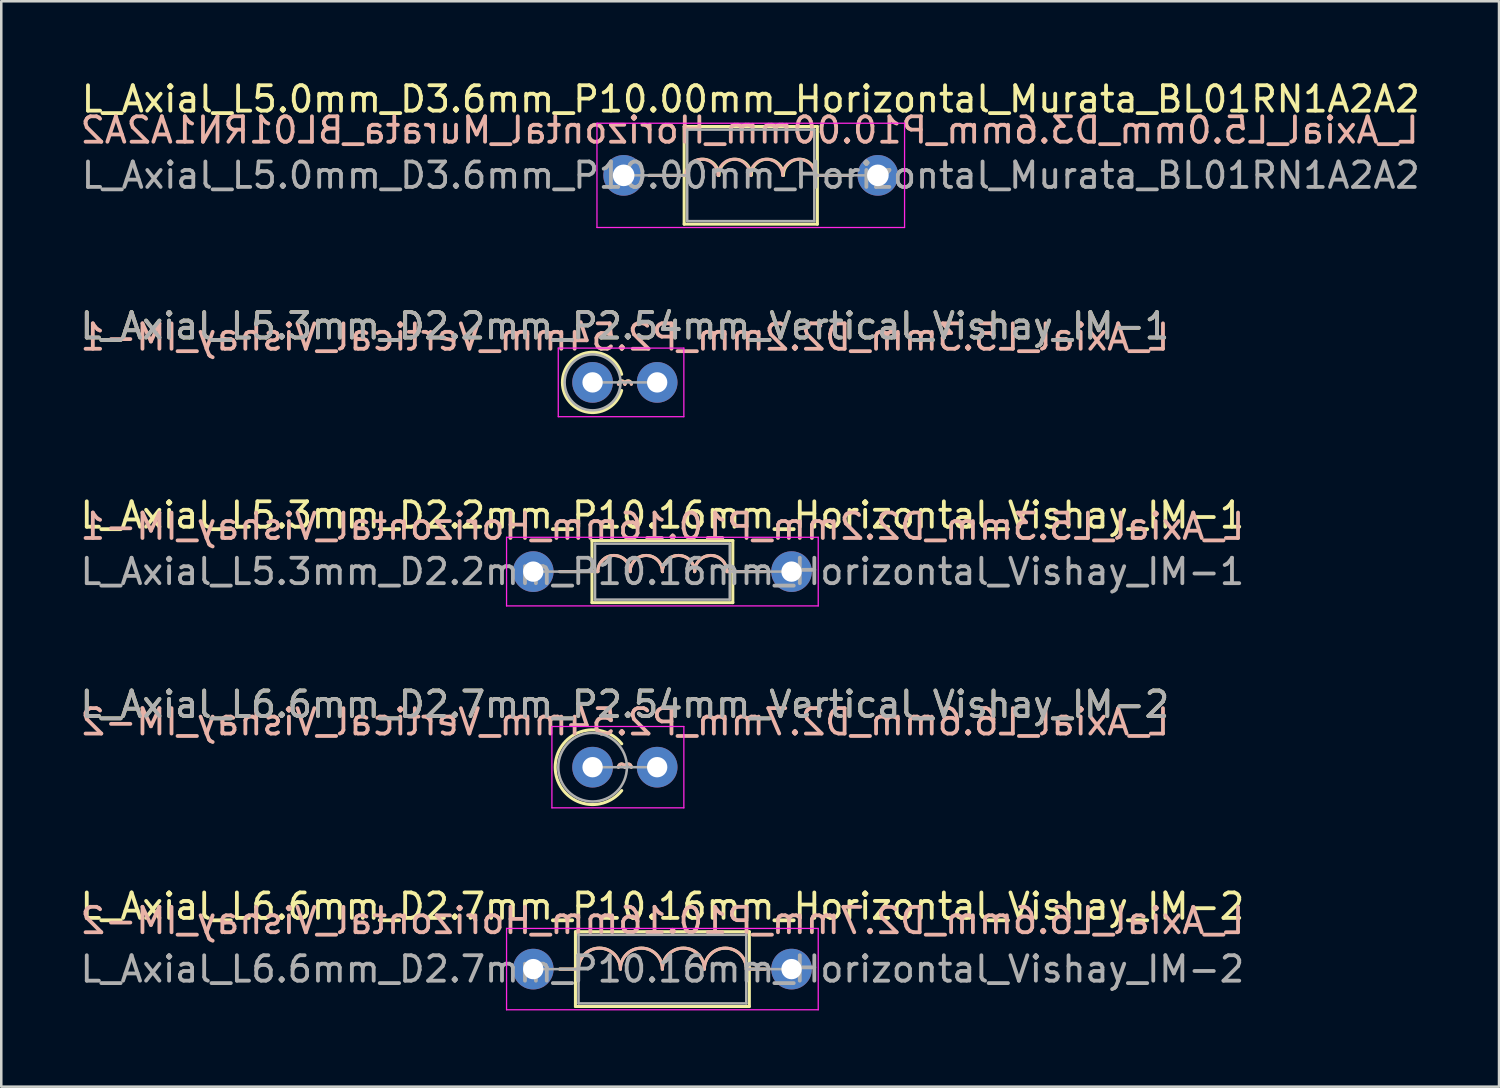
<source format=kicad_pcb>
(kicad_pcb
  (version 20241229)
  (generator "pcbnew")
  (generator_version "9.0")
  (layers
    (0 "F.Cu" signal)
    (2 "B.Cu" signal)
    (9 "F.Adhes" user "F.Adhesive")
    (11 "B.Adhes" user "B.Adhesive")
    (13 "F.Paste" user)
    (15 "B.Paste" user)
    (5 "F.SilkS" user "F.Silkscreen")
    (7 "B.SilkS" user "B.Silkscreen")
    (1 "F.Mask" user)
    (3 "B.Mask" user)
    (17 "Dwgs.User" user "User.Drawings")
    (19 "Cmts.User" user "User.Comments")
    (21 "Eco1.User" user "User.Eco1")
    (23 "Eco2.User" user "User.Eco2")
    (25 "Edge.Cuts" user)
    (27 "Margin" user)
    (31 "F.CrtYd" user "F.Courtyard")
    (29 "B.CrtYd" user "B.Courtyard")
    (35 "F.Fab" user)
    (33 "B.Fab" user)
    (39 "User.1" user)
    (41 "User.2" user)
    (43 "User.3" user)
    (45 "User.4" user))
  (footprint "L_Axial_L5.0mm_D3.6mm_P10.00mm_Horizontal_Murata_BL01RN1A2A2"
    (layer "F.Cu")
    (at 21.482 3.848)
    (property "Reference" "L_Axial_L5.0mm_D3.6mm_P10.00mm_Horizontal_Murata_BL01RN1A2A2" (at 5 -3 0) (layer "F.SilkS") (effects (font (size 1 1) (thickness 0.15))))
    (fp_line (start 1 0) (end 2.38 0) (stroke (width 0.12) (type solid)) (layer "F.SilkS"))
    (fp_line (start 2.38 -1.92) (end 2.38 1.92) (stroke (width 0.12) (type solid)) (layer "F.SilkS"))
    (fp_line (start 2.38 1.92) (end 7.62 1.92) (stroke (width 0.12) (type solid)) (layer "F.SilkS"))
    (fp_line (start 2.477 0) (end 2.349 0) (stroke (width 0.12) (type solid)) (layer "F.SilkS"))
    (fp_line (start 7.556 0) (end 7.62 0) (stroke (width 0.12) (type solid)) (layer "F.SilkS"))
    (fp_line (start 7.62 -1.92) (end 2.38 -1.92) (stroke (width 0.12) (type solid)) (layer "F.SilkS"))
    (fp_line (start 7.62 1.92) (end 7.62 -1.92) (stroke (width 0.12) (type solid)) (layer "F.SilkS"))
    (fp_line (start 9 0) (end 7.62 0) (stroke (width 0.12) (type solid)) (layer "F.SilkS"))
    (fp_arc (start 2.4765 0) (mid 3.1115 -0.635) (end 3.7465 0) (stroke (width 0.12) (type solid)) (layer "F.SilkS"))
    (fp_arc (start 3.7465 0) (mid 4.3815 -0.635) (end 5.0165 0) (stroke (width 0.12) (type solid)) (layer "F.SilkS"))
    (fp_arc (start 5.0165 0) (mid 5.6515 -0.635) (end 6.2865 0) (stroke (width 0.12) (type solid)) (layer "F.SilkS"))
    (fp_arc (start 6.2865 0) (mid 6.9215 -0.635) (end 7.5565 0) (stroke (width 0.12) (type solid)) (layer "F.SilkS"))
    (fp_line (start 1 0) (end 2.38 0) (stroke (width 0.12) (type solid)) (layer "B.SilkS"))
    (fp_line (start 2.443 0) (end 2.38 0) (stroke (width 0.12) (type solid)) (layer "B.SilkS"))
    (fp_line (start 7.524 0) (end 7.651 0) (stroke (width 0.12) (type solid)) (layer "B.SilkS"))
    (fp_line (start 9 0) (end 7.62 0) (stroke (width 0.12) (type solid)) (layer "B.SilkS"))
    (fp_arc (start 2.4435 0) (mid 3.0785 -0.635) (end 3.7135 0) (stroke (width 0.12) (type solid)) (layer "B.SilkS"))
    (fp_arc (start 3.7135 0) (mid 4.3485 -0.635) (end 4.9835 0) (stroke (width 0.12) (type solid)) (layer "B.SilkS"))
    (fp_arc (start 4.9835 0) (mid 5.6185 -0.635) (end 6.2535 0) (stroke (width 0.12) (type solid)) (layer "B.SilkS"))
    (fp_arc (start 6.2535 0) (mid 6.8885 -0.635) (end 7.5235 0) (stroke (width 0.12) (type solid)) (layer "B.SilkS"))
    (fp_line (start -1.05 -2.05) (end -1.05 2.05) (stroke (width 0.05) (type solid)) (layer "F.CrtYd"))
    (fp_line (start -1.05 2.05) (end 11.05 2.05) (stroke (width 0.05) (type solid)) (layer "F.CrtYd"))
    (fp_line (start 11.05 -2.05) (end -1.05 -2.05) (stroke (width 0.05) (type solid)) (layer "F.CrtYd"))
    (fp_line (start 11.05 2.05) (end 11.05 -2.05) (stroke (width 0.05) (type solid)) (layer "F.CrtYd"))
    (fp_line (start 0 0) (end 2.5 0) (stroke (width 0.1) (type solid)) (layer "F.Fab"))
    (fp_line (start 2.5 -1.8) (end 2.5 1.8) (stroke (width 0.1) (type solid)) (layer "F.Fab"))
    (fp_line (start 2.5 1.8) (end 7.5 1.8) (stroke (width 0.1) (type solid)) (layer "F.Fab"))
    (fp_line (start 7.5 -1.8) (end 2.5 -1.8) (stroke (width 0.1) (type solid)) (layer "F.Fab"))
    (fp_line (start 7.5 1.8) (end 7.5 -1.8) (stroke (width 0.1) (type solid)) (layer "F.Fab"))
    (fp_line (start 10 0) (end 7.5 0) (stroke (width 0.1) (type solid)) (layer "F.Fab"))
    (fp_text user "${REFERENCE}" (at 4.953 -1.778 0) (layer "B.SilkS") (effects (font (size 1 1) (thickness 0.15)) (justify mirror)))
    (fp_text user "${REFERENCE}" (at 5 0 0) (layer "F.Fab") (effects (font (size 1 1) (thickness 0.15))))
    (pad "1" thru_hole circle (at 0 0) (size 1.6 1.6) (drill 0.85) (layers "*.Cu" "*.Mask"))
    (pad "2" thru_hole oval (at 10 0) (size 1.6 1.6) (drill 0.85) (layers "*.Cu" "*.Mask")))
  (footprint "L_Axial_L5.3mm_D2.2mm_P10.16mm_Horizontal_Vishay_IM-1"
    (layer "F.Cu")
    (at 17.926 19.435)
    (property "Reference" "L_Axial_L5.3mm_D2.2mm_P10.16mm_Horizontal_Vishay_IM-1" (at 5.08 -2.22 0) (layer "F.SilkS") (effects (font (size 1 1) (thickness 0.15))))
    (fp_line (start 1.04 0) (end 2.31 0) (stroke (width 0.12) (type solid)) (layer "F.SilkS"))
    (fp_line (start 2.31 -1.22) (end 2.31 1.22) (stroke (width 0.12) (type solid)) (layer "F.SilkS"))
    (fp_line (start 2.31 1.22) (end 7.85 1.22) (stroke (width 0.12) (type solid)) (layer "F.SilkS"))
    (fp_line (start 2.54 0) (end 2.349 0) (stroke (width 0.12) (type solid)) (layer "F.SilkS"))
    (fp_line (start 7.62 0) (end 7.811 0) (stroke (width 0.12) (type solid)) (layer "F.SilkS"))
    (fp_line (start 7.85 -1.22) (end 2.31 -1.22) (stroke (width 0.12) (type solid)) (layer "F.SilkS"))
    (fp_line (start 7.85 1.22) (end 7.85 -1.22) (stroke (width 0.12) (type solid)) (layer "F.SilkS"))
    (fp_line (start 9.12 0) (end 7.85 0) (stroke (width 0.12) (type solid)) (layer "F.SilkS"))
    (fp_arc (start 2.54 0) (mid 3.175 -0.635) (end 3.81 0) (stroke (width 0.12) (type solid)) (layer "F.SilkS"))
    (fp_arc (start 3.81 0) (mid 4.445 -0.635) (end 5.08 0) (stroke (width 0.12) (type solid)) (layer "F.SilkS"))
    (fp_arc (start 5.08 0) (mid 5.715 -0.635) (end 6.35 0) (stroke (width 0.12) (type solid)) (layer "F.SilkS"))
    (fp_arc (start 6.35 0) (mid 6.985 -0.635) (end 7.62 0) (stroke (width 0.12) (type solid)) (layer "F.SilkS"))
    (fp_line (start 1.04 0) (end 2.31 0) (stroke (width 0.12) (type solid)) (layer "B.SilkS"))
    (fp_line (start 2.54 0) (end 2.349 0) (stroke (width 0.12) (type solid)) (layer "B.SilkS"))
    (fp_line (start 7.62 0) (end 7.811 0) (stroke (width 0.12) (type solid)) (layer "B.SilkS"))
    (fp_line (start 9.12 0) (end 7.85 0) (stroke (width 0.12) (type solid)) (layer "B.SilkS"))
    (fp_arc (start 2.54 0) (mid 3.175 -0.635) (end 3.81 0) (stroke (width 0.12) (type solid)) (layer "B.SilkS"))
    (fp_arc (start 3.81 0) (mid 4.445 -0.635) (end 5.08 0) (stroke (width 0.12) (type solid)) (layer "B.SilkS"))
    (fp_arc (start 5.08 0) (mid 5.715 -0.635) (end 6.35 0) (stroke (width 0.12) (type solid)) (layer "B.SilkS"))
    (fp_arc (start 6.35 0) (mid 6.985 -0.635) (end 7.62 0) (stroke (width 0.12) (type solid)) (layer "B.SilkS"))
    (fp_line (start -1.05 -1.35) (end -1.05 1.35) (stroke (width 0.05) (type solid)) (layer "F.CrtYd"))
    (fp_line (start -1.05 1.35) (end 11.21 1.35) (stroke (width 0.05) (type solid)) (layer "F.CrtYd"))
    (fp_line (start 11.21 -1.35) (end -1.05 -1.35) (stroke (width 0.05) (type solid)) (layer "F.CrtYd"))
    (fp_line (start 11.21 1.35) (end 11.21 -1.35) (stroke (width 0.05) (type solid)) (layer "F.CrtYd"))
    (fp_line (start 0 0) (end 2.43 0) (stroke (width 0.1) (type solid)) (layer "F.Fab"))
    (fp_line (start 2.43 -1.1) (end 2.43 1.1) (stroke (width 0.1) (type solid)) (layer "F.Fab"))
    (fp_line (start 2.43 1.1) (end 7.73 1.1) (stroke (width 0.1) (type solid)) (layer "F.Fab"))
    (fp_line (start 7.73 -1.1) (end 2.43 -1.1) (stroke (width 0.1) (type solid)) (layer "F.Fab"))
    (fp_line (start 7.73 1.1) (end 7.73 -1.1) (stroke (width 0.1) (type solid)) (layer "F.Fab"))
    (fp_line (start 10.16 0) (end 7.73 0) (stroke (width 0.1) (type solid)) (layer "F.Fab"))
    (fp_text user "${REFERENCE}" (at 5.08 -1.778 0) (layer "B.SilkS") (effects (font (size 1 1) (thickness 0.15)) (justify mirror)))
    (fp_text user "${REFERENCE}" (at 5.08 0 0) (layer "F.Fab") (effects (font (size 1 1) (thickness 0.15))))
    (pad "1" thru_hole circle (at 0 0) (size 1.6 1.6) (drill 0.8) (layers "*.Cu" "*.Mask"))
    (pad "2" thru_hole oval (at 10.16 0) (size 1.6 1.6) (drill 0.8) (layers "*.Cu" "*.Mask")))
  (footprint "L_Axial_L5.3mm_D2.2mm_P2.54mm_Vertical_Vishay_IM-1"
    (layer "F.Cu")
    (at 20.26 11.992)
    (property "Reference" "L_Axial_L5.3mm_D2.2mm_P2.54mm_Vertical_Vishay_IM-1" (at 1.27 -2.22 0) (layer "F.SilkS") (effects (font (size 1 1) (thickness 0.15))))
    (fp_arc (start 1.016 0.0635) (mid 1.143 -0.0635) (end 1.27 0.0635) (stroke (width 0.12) (type solid)) (layer "F.SilkS"))
    (fp_arc (start 1.143 0.3175) (mid -1.186278 0) (end 1.143 -0.3175) (stroke (width 0.12) (type solid)) (layer "F.SilkS"))
    (fp_arc (start 1.27 0.0635) (mid 1.397 -0.0635) (end 1.524 0.0635) (stroke (width 0.12) (type solid)) (layer "F.SilkS"))
    (fp_arc (start 1.016 0.0762) (mid 1.143 -0.0508) (end 1.27 0.0762) (stroke (width 0.12) (type solid)) (layer "B.SilkS"))
    (fp_arc (start 1.27 0.0762) (mid 1.397 -0.0508) (end 1.524 0.0762) (stroke (width 0.12) (type solid)) (layer "B.SilkS"))
    (fp_line (start -1.35 -1.35) (end -1.35 1.35) (stroke (width 0.05) (type solid)) (layer "F.CrtYd"))
    (fp_line (start -1.35 1.35) (end 3.59 1.35) (stroke (width 0.05) (type solid)) (layer "F.CrtYd"))
    (fp_line (start 3.59 -1.35) (end -1.35 -1.35) (stroke (width 0.05) (type solid)) (layer "F.CrtYd"))
    (fp_line (start 3.59 1.35) (end 3.59 -1.35) (stroke (width 0.05) (type solid)) (layer "F.CrtYd"))
    (fp_line (start 0 0) (end 2.54 0) (stroke (width 0.1) (type solid)) (layer "F.Fab"))
    (fp_circle (center 0 0) (end 1.1 0) (stroke (width 0.1) (type solid)) (fill no) (layer "F.Fab"))
    (fp_text user "${REFERENCE}" (at 1.27 -1.778 0) (layer "B.SilkS") (effects (font (size 1 1) (thickness 0.15)) (justify mirror)))
    (fp_text user "${REFERENCE}" (at 1.27 -2.22 0) (layer "F.Fab") (effects (font (size 1 1) (thickness 0.15))))
    (pad "1" thru_hole circle (at 0 0) (size 1.6 1.6) (drill 0.8) (layers "*.Cu" "*.Mask"))
    (pad "2" thru_hole oval (at 2.54 0) (size 1.6 1.6) (drill 0.8) (layers "*.Cu" "*.Mask")))
  (footprint "L_Axial_L6.6mm_D2.7mm_P10.16mm_Horizontal_Vishay_IM-2"
    (layer "F.Cu")
    (at 17.926 35.071)
    (property "Reference" "L_Axial_L6.6mm_D2.7mm_P10.16mm_Horizontal_Vishay_IM-2" (at 5.08 -2.47 0) (layer "F.SilkS") (effects (font (size 1 1) (thickness 0.15))))
    (fp_line (start 1.04 0) (end 1.66 0) (stroke (width 0.12) (type solid)) (layer "F.SilkS"))
    (fp_line (start 1.66 -1.47) (end 1.66 1.47) (stroke (width 0.12) (type solid)) (layer "F.SilkS"))
    (fp_line (start 1.66 1.47) (end 8.5 1.47) (stroke (width 0.12) (type solid)) (layer "F.SilkS"))
    (fp_line (start 1.778 0) (end 1.651 0) (stroke (width 0.12) (type solid)) (layer "F.SilkS"))
    (fp_line (start 8.382 0) (end 8.5 0) (stroke (width 0.12) (type solid)) (layer "F.SilkS"))
    (fp_line (start 8.5 -1.47) (end 1.66 -1.47) (stroke (width 0.12) (type solid)) (layer "F.SilkS"))
    (fp_line (start 8.5 1.47) (end 8.5 -1.47) (stroke (width 0.12) (type solid)) (layer "F.SilkS"))
    (fp_line (start 9.12 0) (end 8.5 0) (stroke (width 0.12) (type solid)) (layer "F.SilkS"))
    (fp_arc (start 1.778 0) (mid 2.6035 -0.8255) (end 3.429 0) (stroke (width 0.12) (type solid)) (layer "F.SilkS"))
    (fp_arc (start 3.429 0) (mid 4.2545 -0.8255) (end 5.08 0) (stroke (width 0.12) (type solid)) (layer "F.SilkS"))
    (fp_arc (start 5.08 0) (mid 5.9055 -0.8255) (end 6.731 0) (stroke (width 0.12) (type solid)) (layer "F.SilkS"))
    (fp_arc (start 6.731 0) (mid 7.5565 -0.8255) (end 8.382 0) (stroke (width 0.12) (type solid)) (layer "F.SilkS"))
    (fp_line (start 1.04 0) (end 1.66 0) (stroke (width 0.12) (type solid)) (layer "B.SilkS"))
    (fp_line (start 1.778 0) (end 1.66 0) (stroke (width 0.12) (type solid)) (layer "B.SilkS"))
    (fp_line (start 8.382 0) (end 8.509 0) (stroke (width 0.12) (type solid)) (layer "B.SilkS"))
    (fp_line (start 9.12 0) (end 8.5 0) (stroke (width 0.12) (type solid)) (layer "B.SilkS"))
    (fp_arc (start 1.778 0) (mid 2.6035 -0.8255) (end 3.429 0) (stroke (width 0.12) (type solid)) (layer "B.SilkS"))
    (fp_arc (start 3.429 0) (mid 4.2545 -0.8255) (end 5.08 0) (stroke (width 0.12) (type solid)) (layer "B.SilkS"))
    (fp_arc (start 5.08 0) (mid 5.9055 -0.8255) (end 6.731 0) (stroke (width 0.12) (type solid)) (layer "B.SilkS"))
    (fp_arc (start 6.731 0) (mid 7.5565 -0.8255) (end 8.382 0) (stroke (width 0.12) (type solid)) (layer "B.SilkS"))
    (fp_line (start -1.05 -1.6) (end -1.05 1.6) (stroke (width 0.05) (type solid)) (layer "F.CrtYd"))
    (fp_line (start -1.05 1.6) (end 11.21 1.6) (stroke (width 0.05) (type solid)) (layer "F.CrtYd"))
    (fp_line (start 11.21 -1.6) (end -1.05 -1.6) (stroke (width 0.05) (type solid)) (layer "F.CrtYd"))
    (fp_line (start 11.21 1.6) (end 11.21 -1.6) (stroke (width 0.05) (type solid)) (layer "F.CrtYd"))
    (fp_line (start 0 0) (end 1.78 0) (stroke (width 0.1) (type solid)) (layer "F.Fab"))
    (fp_line (start 1.78 -1.35) (end 1.78 1.35) (stroke (width 0.1) (type solid)) (layer "F.Fab"))
    (fp_line (start 1.78 1.35) (end 8.38 1.35) (stroke (width 0.1) (type solid)) (layer "F.Fab"))
    (fp_line (start 8.38 -1.35) (end 1.78 -1.35) (stroke (width 0.1) (type solid)) (layer "F.Fab"))
    (fp_line (start 8.38 1.35) (end 8.38 -1.35) (stroke (width 0.1) (type solid)) (layer "F.Fab"))
    (fp_line (start 10.16 0) (end 8.38 0) (stroke (width 0.1) (type solid)) (layer "F.Fab"))
    (fp_text user "${REFERENCE}" (at 5.08 -1.905 0) (layer "B.SilkS") (effects (font (size 1 1) (thickness 0.15)) (justify mirror)))
    (fp_text user "${REFERENCE}" (at 5.08 0 0) (layer "F.Fab") (effects (font (size 1 1) (thickness 0.15))))
    (pad "1" thru_hole circle (at 0 0) (size 1.6 1.6) (drill 0.8) (layers "*.Cu" "*.Mask"))
    (pad "2" thru_hole oval (at 10.16 0) (size 1.6 1.6) (drill 0.8) (layers "*.Cu" "*.Mask")))
  (footprint "L_Axial_L6.6mm_D2.7mm_P2.54mm_Vertical_Vishay_IM-2"
    (layer "F.Cu")
    (at 20.26 27.128)
    (property "Reference" "L_Axial_L6.6mm_D2.7mm_P2.54mm_Vertical_Vishay_IM-2" (at 1.27 -2.47 0) (layer "F.SilkS") (effects (font (size 1 1) (thickness 0.15))))
    (fp_arc (start 1.016 0) (mid 1.143 -0.127) (end 1.27 0) (stroke (width 0.12) (type solid)) (layer "F.SilkS"))
    (fp_arc (start 1.146516 0.92) (mid -1.47 0) (end 1.146516 -0.92) (stroke (width 0.12) (type solid)) (layer "F.SilkS"))
    (fp_arc (start 1.27 0) (mid 1.397 -0.127) (end 1.524 0) (stroke (width 0.12) (type solid)) (layer "F.SilkS"))
    (fp_arc (start 1.016 0) (mid 1.143 -0.127) (end 1.27 0) (stroke (width 0.12) (type solid)) (layer "B.SilkS"))
    (fp_arc (start 1.27 0) (mid 1.397 -0.127) (end 1.524 0) (stroke (width 0.12) (type solid)) (layer "B.SilkS"))
    (fp_line (start -1.6 -1.6) (end -1.6 1.6) (stroke (width 0.05) (type solid)) (layer "F.CrtYd"))
    (fp_line (start -1.6 1.6) (end 3.59 1.6) (stroke (width 0.05) (type solid)) (layer "F.CrtYd"))
    (fp_line (start 3.59 -1.6) (end -1.6 -1.6) (stroke (width 0.05) (type solid)) (layer "F.CrtYd"))
    (fp_line (start 3.59 1.6) (end 3.59 -1.6) (stroke (width 0.05) (type solid)) (layer "F.CrtYd"))
    (fp_line (start 0 0) (end 2.54 0) (stroke (width 0.1) (type solid)) (layer "F.Fab"))
    (fp_circle (center 0 0) (end 1.35 0) (stroke (width 0.1) (type solid)) (fill no) (layer "F.Fab"))
    (fp_text user "${REFERENCE}" (at 1.27 -1.778 0) (layer "B.SilkS") (effects (font (size 1 1) (thickness 0.15)) (justify mirror)))
    (fp_text user "${REFERENCE}" (at 1.27 -2.47 0) (layer "F.Fab") (effects (font (size 1 1) (thickness 0.15))))
    (pad "1" thru_hole circle (at 0 0) (size 1.6 1.6) (drill 0.8) (layers "*.Cu" "*.Mask"))
    (pad "2" thru_hole oval (at 2.54 0) (size 1.6 1.6) (drill 0.8) (layers "*.Cu" "*.Mask")))
  (gr_rect
    (start -3 -3)
    (end 55.916 39.696)
    (stroke (width 0.1) (type default))
    (fill no)
    (layer "Edge.Cuts")))
</source>
